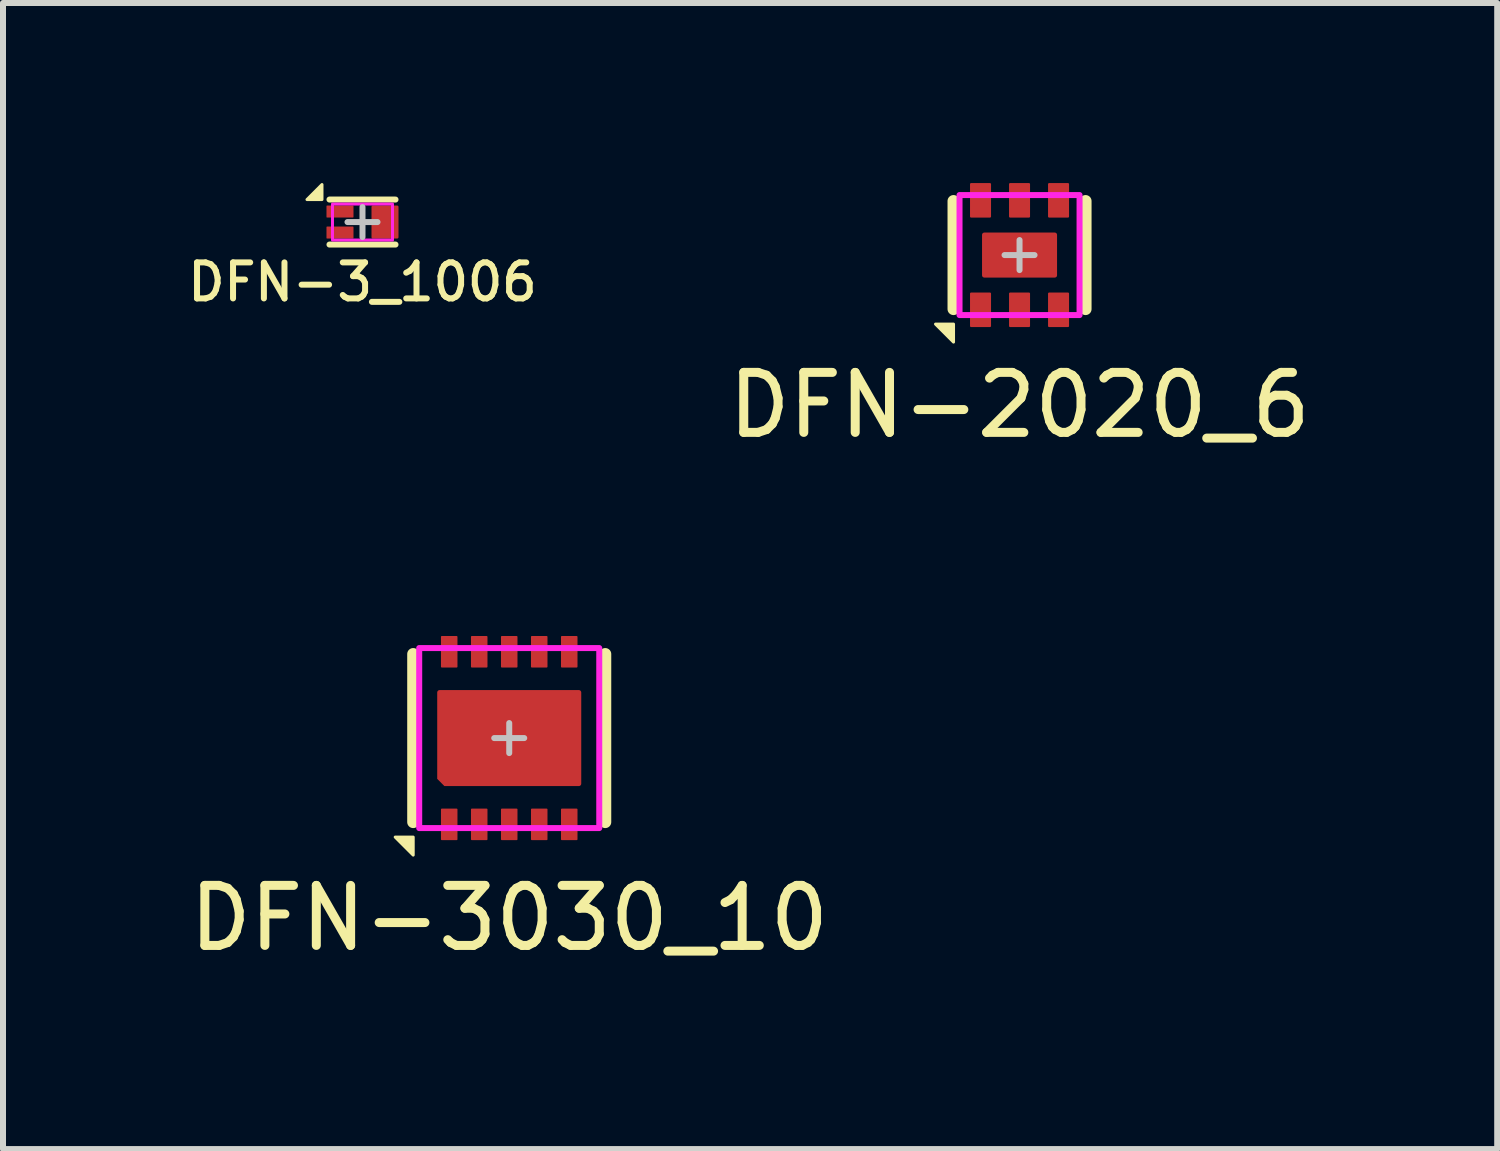
<source format=kicad_pcb>
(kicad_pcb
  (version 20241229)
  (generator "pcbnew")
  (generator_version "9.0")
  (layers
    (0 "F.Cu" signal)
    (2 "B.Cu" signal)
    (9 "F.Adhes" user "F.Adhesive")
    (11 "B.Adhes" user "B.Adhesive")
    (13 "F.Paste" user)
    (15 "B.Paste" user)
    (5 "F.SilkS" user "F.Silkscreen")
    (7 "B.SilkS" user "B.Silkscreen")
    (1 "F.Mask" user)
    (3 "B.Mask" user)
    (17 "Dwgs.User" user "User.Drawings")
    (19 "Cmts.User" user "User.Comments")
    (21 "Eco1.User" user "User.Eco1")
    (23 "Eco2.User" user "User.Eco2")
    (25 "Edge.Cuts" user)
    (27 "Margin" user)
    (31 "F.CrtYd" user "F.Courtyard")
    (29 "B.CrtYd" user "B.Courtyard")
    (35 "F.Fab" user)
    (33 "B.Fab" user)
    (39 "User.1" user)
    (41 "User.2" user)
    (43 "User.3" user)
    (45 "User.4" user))
  (footprint "DFN-3030_10"
    (layer "F.Cu")
    (at 5.435 9.248)
    (property "Reference" "DFN-3030_10" (at 0 3 0) (unlocked yes) (layer "F.SilkS") (effects (font (size 1 1) (thickness 0.15))))
    (attr smd)
    (fp_line (start -1.6 1.4) (end -1.6 -1.4) (stroke (width 0.2) (type solid)) (layer "F.SilkS"))
    (fp_line (start 1.6 -1.4) (end 1.6 1.4) (stroke (width 0.2) (type solid)) (layer "F.SilkS"))
    (fp_poly (pts (xy -1.9 1.65) (xy -1.6 1.65) (xy -1.6 1.95)) (stroke (width 0.05) (type solid)) (fill yes) (layer "F.SilkS"))
    (fp_rect (start -1.05 -0.65) (end -0.15 -0.15) (stroke (width 0) (type solid)) (fill yes) (layer "F.Paste"))
    (fp_rect (start 0.15 -0.65) (end 1.05 -0.15) (stroke (width 0) (type solid)) (fill yes) (layer "F.Paste"))
    (fp_rect (start 0.15 0.15) (end 1.05 0.65) (stroke (width 0) (type solid)) (fill yes) (layer "F.Paste"))
    (fp_poly (pts (xy -0.15 0.65) (xy -1 0.65) (xy -1.05 0.6) (xy -1.05 0.15) (xy -0.15 0.15)) (stroke (width 0) (type solid)) (fill yes) (layer "F.Paste"))
    (fp_line (start -0.25 0) (end 0.25 0) (stroke (width 0.1) (type solid)) (layer "Dwgs.User"))
    (fp_line (start 0 -0.25) (end 0 0.25) (stroke (width 0.1) (type solid)) (layer "Dwgs.User"))
    (fp_rect (start -1.5 -1.5) (end 1.5 1.5) (stroke (width 0.1) (type solid)) (fill no) (layer "F.CrtYd"))
    (pad "1" smd roundrect (at -1 1.438 90) (size 0.525 0.275) (layers "F.Cu" "F.Mask" "F.Paste") (roundrect_rratio 0.05))
    (pad "2" smd roundrect (at -0.5 1.438 90) (size 0.525 0.275) (layers "F.Cu" "F.Mask" "F.Paste") (roundrect_rratio 0.05))
    (pad "3" smd roundrect (at 0 1.438 90) (size 0.525 0.275) (layers "F.Cu" "F.Mask" "F.Paste") (roundrect_rratio 0.05))
    (pad "4" smd roundrect (at 0.5 1.438 90) (size 0.525 0.275) (layers "F.Cu" "F.Mask" "F.Paste") (roundrect_rratio 0.05))
    (pad "5" smd roundrect (at 1 1.438 90) (size 0.525 0.275) (layers "F.Cu" "F.Mask" "F.Paste") (roundrect_rratio 0.05))
    (pad "6" smd roundrect (at 1 -1.438 90) (size 0.525 0.275) (layers "F.Cu" "F.Mask" "F.Paste") (roundrect_rratio 0.05))
    (pad "7" smd roundrect (at 0.5 -1.438 90) (size 0.525 0.275) (layers "F.Cu" "F.Mask" "F.Paste") (roundrect_rratio 0.05))
    (pad "8" smd roundrect (at 0 -1.438 90) (size 0.525 0.275) (layers "F.Cu" "F.Mask" "F.Paste") (roundrect_rratio 0.05))
    (pad "9" smd roundrect (at -0.5 -1.438 90) (size 0.525 0.275) (layers "F.Cu" "F.Mask" "F.Paste") (roundrect_rratio 0.05))
    (pad "10" smd roundrect (at -1 -1.438 90) (size 0.525 0.275) (layers "F.Cu" "F.Mask" "F.Paste") (roundrect_rratio 0.05))
    (pad "EP" smd roundrect (at 0 0) (size 2.4 1.6) (layers "F.Cu" "F.Mask") (roundrect_rratio 0.025) (chamfer_ratio 0.075) (chamfer bottom_left)))
  (footprint "DFN-3_1006"
    (layer "F.Cu")
    (at 2.99 0.65)
    (property "Reference" "DFN-3_1006" (at 0 1 0) (unlocked yes) (layer "F.SilkS") (effects (font (size 0.6 0.6) (thickness 0.1))))
    (attr smd)
    (fp_line (start -0.55 -0.375) (end 0.55 -0.375) (stroke (width 0.1) (type solid)) (layer "F.SilkS"))
    (fp_line (start -0.55 0.375) (end 0.55 0.375) (stroke (width 0.1) (type solid)) (layer "F.SilkS"))
    (fp_poly (pts (xy -0.675 -0.625) (xy -0.675 -0.375) (xy -0.925 -0.375)) (stroke (width 0.05) (type solid)) (fill yes) (layer "F.SilkS"))
    (fp_line (start -0.25 0) (end 0.25 0) (stroke (width 0.1) (type solid)) (layer "Dwgs.User"))
    (fp_line (start 0 -0.25) (end 0 0.25) (stroke (width 0.1) (type solid)) (layer "Dwgs.User"))
    (fp_rect (start -0.5 -0.3) (end 0.5 0.3) (stroke (width 0.05) (type solid)) (fill no) (layer "F.CrtYd"))
    (pad "1" smd roundrect (at -0.375 -0.175) (size 0.45 0.2) (layers "F.Cu" "F.Mask" "F.Paste") (roundrect_rratio 0.05))
    (pad "2" smd roundrect (at -0.375 0.175) (size 0.45 0.2) (layers "F.Cu" "F.Mask" "F.Paste") (roundrect_rratio 0.05))
    (pad "3" smd roundrect (at 0.375 0 90) (size 0.55 0.45) (layers "F.Cu" "F.Mask" "F.Paste") (roundrect_rratio 0.05)))
  (footprint "DFN-2020_6"
    (layer "F.Cu")
    (at 13.938 1.2)
    (property "Reference" "DFN-2020_6" (at 0 2.5 0) (unlocked yes) (layer "F.SilkS") (effects (font (size 1 1) (thickness 0.15))))
    (attr smd)
    (fp_line (start -1.1 0.9) (end -1.1 -0.9) (stroke (width 0.2) (type solid)) (layer "F.SilkS"))
    (fp_line (start 1.1 -0.9) (end 1.1 0.9) (stroke (width 0.2) (type solid)) (layer "F.SilkS"))
    (fp_poly (pts (xy -1.4 1.15) (xy -1.1 1.15) (xy -1.1 1.45)) (stroke (width 0.05) (type solid)) (fill yes) (layer "F.SilkS"))
    (fp_line (start -0.25 0) (end 0.25 0) (stroke (width 0.1) (type solid)) (layer "Dwgs.User"))
    (fp_line (start 0 -0.25) (end 0 0.25) (stroke (width 0.1) (type solid)) (layer "Dwgs.User"))
    (fp_rect (start -1 -1) (end 1 1) (stroke (width 0.1) (type solid)) (fill no) (layer "F.CrtYd"))
    (pad "1" smd roundrect (at -0.65 0.912 90) (size 0.575 0.35) (layers "F.Cu" "F.Mask" "F.Paste") (roundrect_rratio 0.05))
    (pad "2" smd roundrect (at 0 0.912 90) (size 0.575 0.35) (layers "F.Cu" "F.Mask" "F.Paste") (roundrect_rratio 0.05))
    (pad "3" smd roundrect (at 0.65 0.912 90) (size 0.575 0.35) (layers "F.Cu" "F.Mask" "F.Paste") (roundrect_rratio 0.05))
    (pad "4" smd roundrect (at 0.65 -0.912 90) (size 0.575 0.35) (layers "F.Cu" "F.Mask" "F.Paste") (roundrect_rratio 0.05))
    (pad "5" smd roundrect (at 0 -0.912 90) (size 0.575 0.35) (layers "F.Cu" "F.Mask" "F.Paste") (roundrect_rratio 0.05))
    (pad "6" smd roundrect (at -0.65 -0.912 90) (size 0.575 0.35) (layers "F.Cu" "F.Mask" "F.Paste") (roundrect_rratio 0.05))
    (pad "EP" smd roundrect (at 0 0) (size 1.25 0.75) (layers "F.Cu" "F.Mask" "F.Paste") (roundrect_rratio 0.05)))
  (gr_rect
    (start -3 -3)
    (end 21.897 16.096)
    (stroke (width 0.1) (type default))
    (fill no)
    (layer "Edge.Cuts")))
</source>
